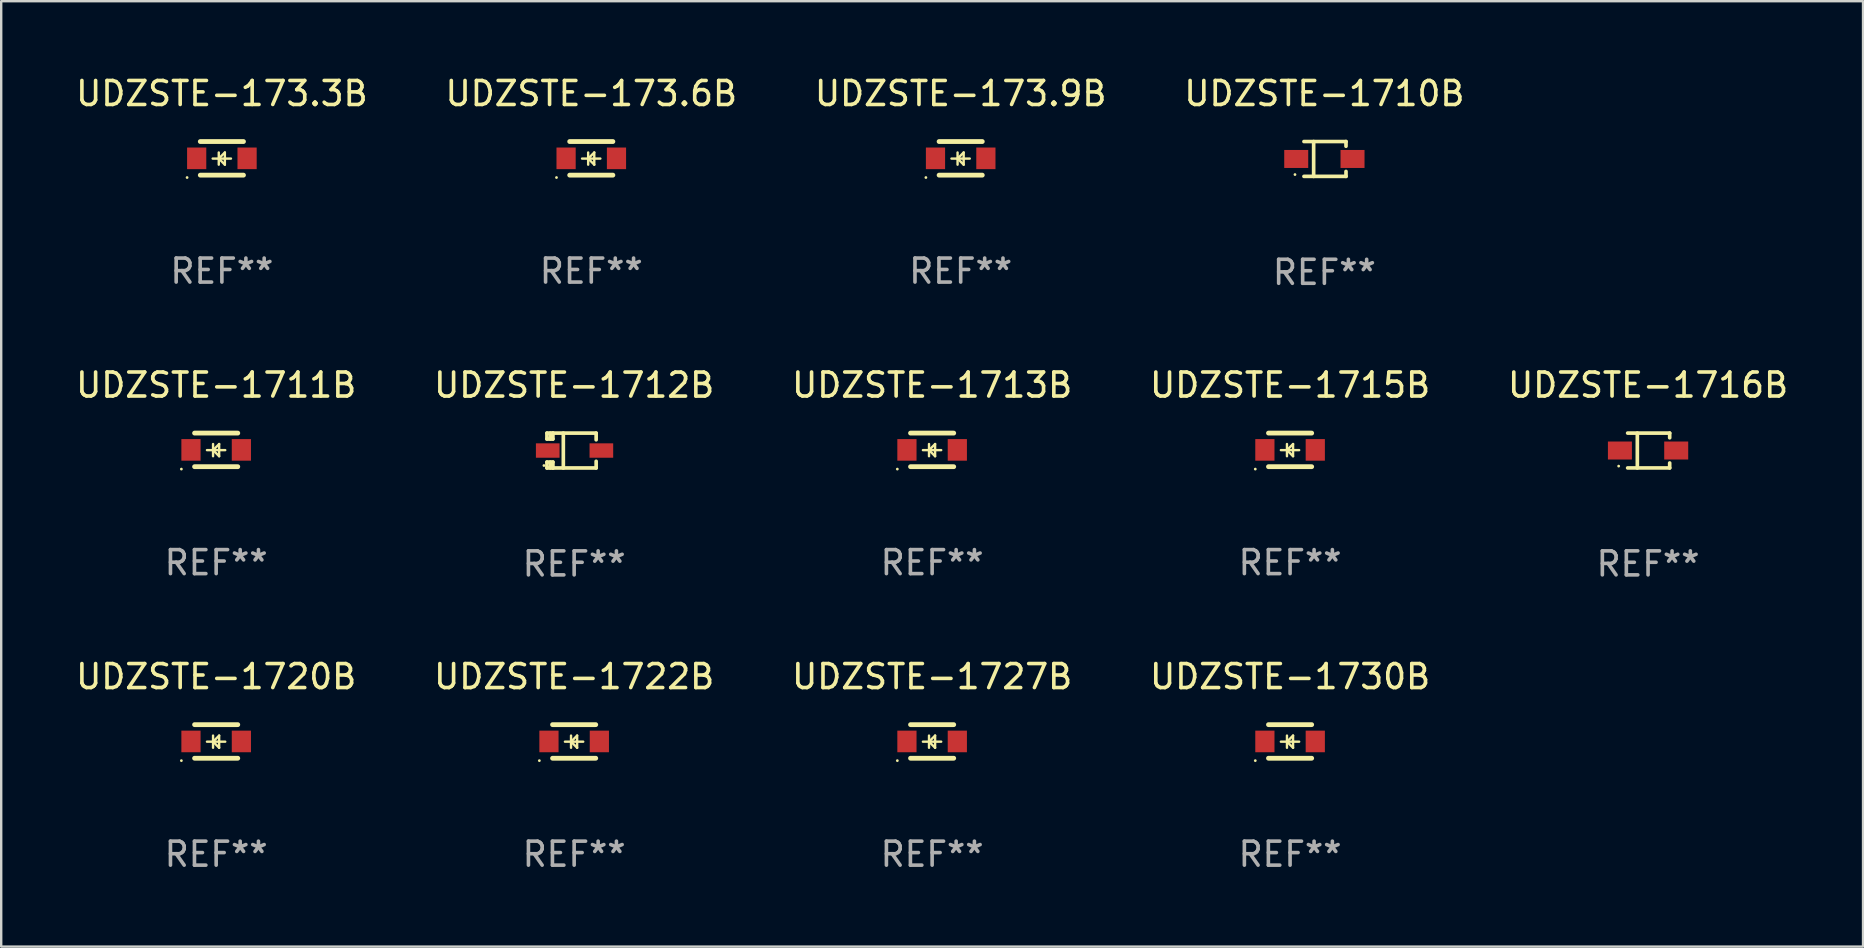
<source format=kicad_pcb>
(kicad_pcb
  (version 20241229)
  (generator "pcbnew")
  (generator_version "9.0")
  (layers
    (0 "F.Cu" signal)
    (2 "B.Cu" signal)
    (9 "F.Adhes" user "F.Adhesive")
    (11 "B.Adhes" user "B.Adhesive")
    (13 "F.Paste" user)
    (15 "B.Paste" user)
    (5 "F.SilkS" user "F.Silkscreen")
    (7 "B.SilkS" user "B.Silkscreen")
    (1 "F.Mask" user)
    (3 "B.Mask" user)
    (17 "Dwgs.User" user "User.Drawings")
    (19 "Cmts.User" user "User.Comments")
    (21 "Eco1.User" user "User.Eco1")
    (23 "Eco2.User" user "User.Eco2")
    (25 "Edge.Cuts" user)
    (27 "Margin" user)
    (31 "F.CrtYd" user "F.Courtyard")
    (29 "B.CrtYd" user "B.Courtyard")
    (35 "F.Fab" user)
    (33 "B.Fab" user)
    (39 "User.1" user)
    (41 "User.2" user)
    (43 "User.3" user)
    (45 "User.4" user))
  (footprint "UDZSTE-1711B"
    (layer "F.Cu")
    (at 5.958 15.697)
    (property "Reference" "UDZSTE-1711B" (at 0 -2.7 0) (layer "F.SilkS") (effects (font (size 1 1) (thickness 0.15))))
    (attr through_hole)
    (fp_line (start -0.9 -0.7) (end 0.9 -0.7) (stroke (width 0.2) (type solid)) (layer "F.SilkS"))
    (fp_line (start -0.9 0.7) (end 0.9 0.7) (stroke (width 0.2) (type solid)) (layer "F.SilkS"))
    (fp_line (start -0.13 0.01) (end 0.124 0.264) (stroke (width 0.1) (type solid)) (layer "F.SilkS"))
    (fp_line (start -0.13 0.264) (end -0.13 -0.244) (stroke (width 0.1) (type solid)) (layer "F.SilkS"))
    (fp_line (start 0.124 -0.244) (end -0.13 0.01) (stroke (width 0.1) (type solid)) (layer "F.SilkS"))
    (fp_line (start 0.124 0.264) (end 0.124 -0.244) (stroke (width 0.1) (type solid)) (layer "F.SilkS"))
    (fp_line (start 0.378 0.01) (end -0.384 0.01) (stroke (width 0.1) (type solid)) (layer "F.SilkS"))
    (fp_circle (center -1.45 0.8) (end -1.42 0.8) (stroke (width 0.06) (type solid)) (fill no) (layer "F.SilkS"))
    (fp_text user "REF**" (at 0 4.7 0) (layer "F.Fab") (effects (font (size 1 1) (thickness 0.15))))
    (pad "1" smd rect (at -1.05 0 270) (size 0.9 0.8) (layers "F.Cu" "F.Mask" "F.Paste"))
    (pad "2" smd rect (at 1.05 0 270) (size 0.9 0.8) (layers "F.Cu" "F.Mask" "F.Paste")))
  (footprint "UDZSTE-173.9B"
    (layer "F.Cu")
    (at 36.982 3.548)
    (property "Reference" "UDZSTE-173.9B" (at 0 -2.7 0) (layer "F.SilkS") (effects (font (size 1 1) (thickness 0.15))))
    (attr through_hole)
    (fp_line (start -0.9 -0.7) (end 0.9 -0.7) (stroke (width 0.2) (type solid)) (layer "F.SilkS"))
    (fp_line (start -0.9 0.7) (end 0.9 0.7) (stroke (width 0.2) (type solid)) (layer "F.SilkS"))
    (fp_line (start -0.13 0.01) (end 0.124 0.264) (stroke (width 0.1) (type solid)) (layer "F.SilkS"))
    (fp_line (start -0.13 0.264) (end -0.13 -0.244) (stroke (width 0.1) (type solid)) (layer "F.SilkS"))
    (fp_line (start 0.124 -0.244) (end -0.13 0.01) (stroke (width 0.1) (type solid)) (layer "F.SilkS"))
    (fp_line (start 0.124 0.264) (end 0.124 -0.244) (stroke (width 0.1) (type solid)) (layer "F.SilkS"))
    (fp_line (start 0.378 0.01) (end -0.384 0.01) (stroke (width 0.1) (type solid)) (layer "F.SilkS"))
    (fp_circle (center -1.45 0.8) (end -1.42 0.8) (stroke (width 0.06) (type solid)) (fill no) (layer "F.SilkS"))
    (fp_text user "REF**" (at 0 4.7 0) (layer "F.Fab") (effects (font (size 1 1) (thickness 0.15))))
    (pad "1" smd rect (at -1.05 0 270) (size 0.9 0.8) (layers "F.Cu" "F.Mask" "F.Paste"))
    (pad "2" smd rect (at 1.05 0 270) (size 0.9 0.8) (layers "F.Cu" "F.Mask" "F.Paste")))
  (footprint "UDZSTE-173.6B"
    (layer "F.Cu")
    (at 21.589 3.548)
    (property "Reference" "UDZSTE-173.6B" (at 0 -2.7 0) (layer "F.SilkS") (effects (font (size 1 1) (thickness 0.15))))
    (attr through_hole)
    (fp_line (start -0.9 -0.7) (end 0.9 -0.7) (stroke (width 0.2) (type solid)) (layer "F.SilkS"))
    (fp_line (start -0.9 0.7) (end 0.9 0.7) (stroke (width 0.2) (type solid)) (layer "F.SilkS"))
    (fp_line (start -0.13 0.01) (end 0.124 0.264) (stroke (width 0.1) (type solid)) (layer "F.SilkS"))
    (fp_line (start -0.13 0.264) (end -0.13 -0.244) (stroke (width 0.1) (type solid)) (layer "F.SilkS"))
    (fp_line (start 0.124 -0.244) (end -0.13 0.01) (stroke (width 0.1) (type solid)) (layer "F.SilkS"))
    (fp_line (start 0.124 0.264) (end 0.124 -0.244) (stroke (width 0.1) (type solid)) (layer "F.SilkS"))
    (fp_line (start 0.378 0.01) (end -0.384 0.01) (stroke (width 0.1) (type solid)) (layer "F.SilkS"))
    (fp_circle (center -1.45 0.8) (end -1.42 0.8) (stroke (width 0.06) (type solid)) (fill no) (layer "F.SilkS"))
    (fp_text user "REF**" (at 0 4.7 0) (layer "F.Fab") (effects (font (size 1 1) (thickness 0.15))))
    (pad "1" smd rect (at -1.05 0 270) (size 0.9 0.8) (layers "F.Cu" "F.Mask" "F.Paste"))
    (pad "2" smd rect (at 1.05 0 270) (size 0.9 0.8) (layers "F.Cu" "F.Mask" "F.Paste")))
  (footprint "UDZSTE-173.3B"
    (layer "F.Cu")
    (at 6.196 3.548)
    (property "Reference" "UDZSTE-173.3B" (at 0 -2.7 0) (layer "F.SilkS") (effects (font (size 1 1) (thickness 0.15))))
    (attr through_hole)
    (fp_line (start -0.9 -0.7) (end 0.9 -0.7) (stroke (width 0.2) (type solid)) (layer "F.SilkS"))
    (fp_line (start -0.9 0.7) (end 0.9 0.7) (stroke (width 0.2) (type solid)) (layer "F.SilkS"))
    (fp_line (start -0.13 0.01) (end 0.124 0.264) (stroke (width 0.1) (type solid)) (layer "F.SilkS"))
    (fp_line (start -0.13 0.264) (end -0.13 -0.244) (stroke (width 0.1) (type solid)) (layer "F.SilkS"))
    (fp_line (start 0.124 -0.244) (end -0.13 0.01) (stroke (width 0.1) (type solid)) (layer "F.SilkS"))
    (fp_line (start 0.124 0.264) (end 0.124 -0.244) (stroke (width 0.1) (type solid)) (layer "F.SilkS"))
    (fp_line (start 0.378 0.01) (end -0.384 0.01) (stroke (width 0.1) (type solid)) (layer "F.SilkS"))
    (fp_circle (center -1.45 0.8) (end -1.42 0.8) (stroke (width 0.06) (type solid)) (fill no) (layer "F.SilkS"))
    (fp_text user "REF**" (at 0 4.7 0) (layer "F.Fab") (effects (font (size 1 1) (thickness 0.15))))
    (pad "1" smd rect (at -1.05 0 270) (size 0.9 0.8) (layers "F.Cu" "F.Mask" "F.Paste"))
    (pad "2" smd rect (at 1.05 0 270) (size 0.9 0.8) (layers "F.Cu" "F.Mask" "F.Paste")))
  (footprint "UDZSTE-1722B"
    (layer "F.Cu")
    (at 20.875 27.846)
    (property "Reference" "UDZSTE-1722B" (at 0 -2.7 0) (layer "F.SilkS") (effects (font (size 1 1) (thickness 0.15))))
    (attr through_hole)
    (fp_line (start -0.9 -0.7) (end 0.9 -0.7) (stroke (width 0.2) (type solid)) (layer "F.SilkS"))
    (fp_line (start -0.9 0.7) (end 0.9 0.7) (stroke (width 0.2) (type solid)) (layer "F.SilkS"))
    (fp_line (start -0.13 0.01) (end 0.124 0.264) (stroke (width 0.1) (type solid)) (layer "F.SilkS"))
    (fp_line (start -0.13 0.264) (end -0.13 -0.244) (stroke (width 0.1) (type solid)) (layer "F.SilkS"))
    (fp_line (start 0.124 -0.244) (end -0.13 0.01) (stroke (width 0.1) (type solid)) (layer "F.SilkS"))
    (fp_line (start 0.124 0.264) (end 0.124 -0.244) (stroke (width 0.1) (type solid)) (layer "F.SilkS"))
    (fp_line (start 0.378 0.01) (end -0.384 0.01) (stroke (width 0.1) (type solid)) (layer "F.SilkS"))
    (fp_circle (center -1.45 0.8) (end -1.42 0.8) (stroke (width 0.06) (type solid)) (fill no) (layer "F.SilkS"))
    (fp_text user "REF**" (at 0 4.7 0) (layer "F.Fab") (effects (font (size 1 1) (thickness 0.15))))
    (pad "1" smd rect (at -1.05 0 270) (size 0.9 0.8) (layers "F.Cu" "F.Mask" "F.Paste"))
    (pad "2" smd rect (at 1.05 0 270) (size 0.9 0.8) (layers "F.Cu" "F.Mask" "F.Paste")))
  (footprint "UDZSTE-1720B"
    (layer "F.Cu")
    (at 5.958 27.846)
    (property "Reference" "UDZSTE-1720B" (at 0 -2.7 0) (layer "F.SilkS") (effects (font (size 1 1) (thickness 0.15))))
    (attr through_hole)
    (fp_line (start -0.9 -0.7) (end 0.9 -0.7) (stroke (width 0.2) (type solid)) (layer "F.SilkS"))
    (fp_line (start -0.9 0.7) (end 0.9 0.7) (stroke (width 0.2) (type solid)) (layer "F.SilkS"))
    (fp_line (start -0.13 0.01) (end 0.124 0.264) (stroke (width 0.1) (type solid)) (layer "F.SilkS"))
    (fp_line (start -0.13 0.264) (end -0.13 -0.244) (stroke (width 0.1) (type solid)) (layer "F.SilkS"))
    (fp_line (start 0.124 -0.244) (end -0.13 0.01) (stroke (width 0.1) (type solid)) (layer "F.SilkS"))
    (fp_line (start 0.124 0.264) (end 0.124 -0.244) (stroke (width 0.1) (type solid)) (layer "F.SilkS"))
    (fp_line (start 0.378 0.01) (end -0.384 0.01) (stroke (width 0.1) (type solid)) (layer "F.SilkS"))
    (fp_circle (center -1.45 0.8) (end -1.42 0.8) (stroke (width 0.06) (type solid)) (fill no) (layer "F.SilkS"))
    (fp_text user "REF**" (at 0 4.7 0) (layer "F.Fab") (effects (font (size 1 1) (thickness 0.15))))
    (pad "1" smd rect (at -1.05 0 270) (size 0.9 0.8) (layers "F.Cu" "F.Mask" "F.Paste"))
    (pad "2" smd rect (at 1.05 0 270) (size 0.9 0.8) (layers "F.Cu" "F.Mask" "F.Paste")))
  (footprint "UDZSTE-1712B"
    (layer "F.Cu")
    (at 20.875 15.724)
    (property "Reference" "UDZSTE-1712B" (at 0 -2.726 0) (layer "F.SilkS") (effects (font (size 1 1) (thickness 0.15))))
    (attr through_hole)
    (fp_line (start -1.134 0.48) (end -1.134 0.726) (stroke (width 0.152) (type solid)) (layer "F.SilkS"))
    (fp_line (start -1.134 0.726) (end -0.885 0.726) (stroke (width 0.152) (type solid)) (layer "F.SilkS"))
    (fp_line (start -1.134 -0.726) (end -1.134 -0.48) (stroke (width 0.152) (type solid)) (layer "F.SilkS"))
    (fp_line (start -0.992 -0.726) (end -0.992 -0.48) (stroke (width 0.152) (type solid)) (layer "F.SilkS"))
    (fp_line (start -0.992 0.48) (end -0.992 0.726) (stroke (width 0.152) (type solid)) (layer "F.SilkS"))
    (fp_line (start -0.885 -0.726) (end -1.134 -0.726) (stroke (width 0.152) (type solid)) (layer "F.SilkS"))
    (fp_line (start -0.885 -0.48) (end -1.134 -0.48) (stroke (width 0.152) (type solid)) (layer "F.SilkS"))
    (fp_line (start -0.885 -0.48) (end -0.885 -0.726) (stroke (width 0.152) (type solid)) (layer "F.SilkS"))
    (fp_line (start -0.885 0.48) (end -1.134 0.48) (stroke (width 0.152) (type solid)) (layer "F.SilkS"))
    (fp_line (start -0.885 0.48) (end -0.885 0.726) (stroke (width 0.152) (type solid)) (layer "F.SilkS"))
    (fp_line (start -0.451 0.726) (end -0.451 -0.726) (stroke (width 0.152) (type solid)) (layer "F.SilkS"))
    (fp_line (start 0.917 -0.726) (end -0.885 -0.726) (stroke (width 0.152) (type solid)) (layer "F.SilkS"))
    (fp_line (start 0.917 -0.726) (end 0.917 -0.448) (stroke (width 0.152) (type solid)) (layer "F.SilkS"))
    (fp_line (start 0.917 0.726) (end -0.885 0.726) (stroke (width 0.152) (type solid)) (layer "F.SilkS"))
    (fp_line (start 0.917 0.726) (end 0.917 0.448) (stroke (width 0.152) (type solid)) (layer "F.SilkS"))
    (fp_circle (center -1.259 0.625) (end -1.229 0.625) (stroke (width 0.06) (type solid)) (fill no) (layer "F.SilkS"))
    (fp_text user "REF**" (at 0 4.726 0) (layer "F.Fab") (effects (font (size 1 1) (thickness 0.15))))
    (pad "1" smd rect (at -1.101 -0.000114) (size 0.985 0.6) (layers "F.Cu" "F.Mask" "F.Paste"))
    (pad "2" smd rect (at 1.134 -0.000114) (size 0.985 0.6) (layers "F.Cu" "F.Mask" "F.Paste")))
  (footprint "UDZSTE-1730B"
    (layer "F.Cu")
    (at 50.708 27.846)
    (property "Reference" "UDZSTE-1730B" (at 0 -2.7 0) (layer "F.SilkS") (effects (font (size 1 1) (thickness 0.15))))
    (attr through_hole)
    (fp_line (start -0.9 -0.7) (end 0.9 -0.7) (stroke (width 0.2) (type solid)) (layer "F.SilkS"))
    (fp_line (start -0.9 0.7) (end 0.9 0.7) (stroke (width 0.2) (type solid)) (layer "F.SilkS"))
    (fp_line (start -0.13 0.01) (end 0.124 0.264) (stroke (width 0.1) (type solid)) (layer "F.SilkS"))
    (fp_line (start -0.13 0.264) (end -0.13 -0.244) (stroke (width 0.1) (type solid)) (layer "F.SilkS"))
    (fp_line (start 0.124 -0.244) (end -0.13 0.01) (stroke (width 0.1) (type solid)) (layer "F.SilkS"))
    (fp_line (start 0.124 0.264) (end 0.124 -0.244) (stroke (width 0.1) (type solid)) (layer "F.SilkS"))
    (fp_line (start 0.378 0.01) (end -0.384 0.01) (stroke (width 0.1) (type solid)) (layer "F.SilkS"))
    (fp_circle (center -1.45 0.8) (end -1.42 0.8) (stroke (width 0.06) (type solid)) (fill no) (layer "F.SilkS"))
    (fp_text user "REF**" (at 0 4.7 0) (layer "F.Fab") (effects (font (size 1 1) (thickness 0.15))))
    (pad "1" smd rect (at -1.05 0 270) (size 0.9 0.8) (layers "F.Cu" "F.Mask" "F.Paste"))
    (pad "2" smd rect (at 1.05 0 270) (size 0.9 0.8) (layers "F.Cu" "F.Mask" "F.Paste")))
  (footprint "UDZSTE-1715B"
    (layer "F.Cu")
    (at 50.708 15.697)
    (property "Reference" "UDZSTE-1715B" (at 0 -2.7 0) (layer "F.SilkS") (effects (font (size 1 1) (thickness 0.15))))
    (attr through_hole)
    (fp_line (start -0.9 -0.7) (end 0.9 -0.7) (stroke (width 0.2) (type solid)) (layer "F.SilkS"))
    (fp_line (start -0.9 0.7) (end 0.9 0.7) (stroke (width 0.2) (type solid)) (layer "F.SilkS"))
    (fp_line (start -0.13 0.01) (end 0.124 0.264) (stroke (width 0.1) (type solid)) (layer "F.SilkS"))
    (fp_line (start -0.13 0.264) (end -0.13 -0.244) (stroke (width 0.1) (type solid)) (layer "F.SilkS"))
    (fp_line (start 0.124 -0.244) (end -0.13 0.01) (stroke (width 0.1) (type solid)) (layer "F.SilkS"))
    (fp_line (start 0.124 0.264) (end 0.124 -0.244) (stroke (width 0.1) (type solid)) (layer "F.SilkS"))
    (fp_line (start 0.378 0.01) (end -0.384 0.01) (stroke (width 0.1) (type solid)) (layer "F.SilkS"))
    (fp_circle (center -1.45 0.8) (end -1.42 0.8) (stroke (width 0.06) (type solid)) (fill no) (layer "F.SilkS"))
    (fp_text user "REF**" (at 0 4.7 0) (layer "F.Fab") (effects (font (size 1 1) (thickness 0.15))))
    (pad "1" smd rect (at -1.05 0 270) (size 0.9 0.8) (layers "F.Cu" "F.Mask" "F.Paste"))
    (pad "2" smd rect (at 1.05 0 270) (size 0.9 0.8) (layers "F.Cu" "F.Mask" "F.Paste")))
  (footprint "UDZSTE-1727B"
    (layer "F.Cu")
    (at 35.792 27.846)
    (property "Reference" "UDZSTE-1727B" (at 0 -2.7 0) (layer "F.SilkS") (effects (font (size 1 1) (thickness 0.15))))
    (attr through_hole)
    (fp_line (start -0.9 -0.7) (end 0.9 -0.7) (stroke (width 0.2) (type solid)) (layer "F.SilkS"))
    (fp_line (start -0.9 0.7) (end 0.9 0.7) (stroke (width 0.2) (type solid)) (layer "F.SilkS"))
    (fp_line (start -0.13 0.01) (end 0.124 0.264) (stroke (width 0.1) (type solid)) (layer "F.SilkS"))
    (fp_line (start -0.13 0.264) (end -0.13 -0.244) (stroke (width 0.1) (type solid)) (layer "F.SilkS"))
    (fp_line (start 0.124 -0.244) (end -0.13 0.01) (stroke (width 0.1) (type solid)) (layer "F.SilkS"))
    (fp_line (start 0.124 0.264) (end 0.124 -0.244) (stroke (width 0.1) (type solid)) (layer "F.SilkS"))
    (fp_line (start 0.378 0.01) (end -0.384 0.01) (stroke (width 0.1) (type solid)) (layer "F.SilkS"))
    (fp_circle (center -1.45 0.8) (end -1.42 0.8) (stroke (width 0.06) (type solid)) (fill no) (layer "F.SilkS"))
    (fp_text user "REF**" (at 0 4.7 0) (layer "F.Fab") (effects (font (size 1 1) (thickness 0.15))))
    (pad "1" smd rect (at -1.05 0 270) (size 0.9 0.8) (layers "F.Cu" "F.Mask" "F.Paste"))
    (pad "2" smd rect (at 1.05 0 270) (size 0.9 0.8) (layers "F.Cu" "F.Mask" "F.Paste")))
  (footprint "UDZSTE-1716B"
    (layer "F.Cu")
    (at 65.625 15.723)
    (property "Reference" "UDZSTE-1716B" (at 0 -2.726 0) (layer "F.SilkS") (effects (font (size 1 1) (thickness 0.15))))
    (attr through_hole)
    (fp_line (start -0.851 -0.726) (end 0.901 -0.726) (stroke (width 0.152) (type solid)) (layer "F.SilkS"))
    (fp_line (start -0.851 0.726) (end 0.901 0.726) (stroke (width 0.152) (type solid)) (layer "F.SilkS"))
    (fp_line (start -0.447 -0.726) (end -0.447 0.726) (stroke (width 0.152) (type solid)) (layer "F.SilkS"))
    (fp_line (start 0.901 -0.726) (end 0.901 -0.53) (stroke (width 0.152) (type solid)) (layer "F.SilkS"))
    (fp_line (start 0.901 0.726) (end 0.901 0.52) (stroke (width 0.152) (type solid)) (layer "F.SilkS"))
    (fp_circle (center -1.225 0.65) (end -1.195 0.65) (stroke (width 0.06) (type solid)) (fill no) (layer "F.SilkS"))
    (fp_text user "REF**" (at 0 4.726 0) (layer "F.Fab") (effects (font (size 1 1) (thickness 0.15))))
    (pad "1" smd rect (at -1.173 0) (size 1 0.75) (layers "F.Cu" "F.Mask" "F.Paste"))
    (pad "2" smd rect (at 1.173 0) (size 1 0.75) (layers "F.Cu" "F.Mask" "F.Paste")))
  (footprint "UDZSTE-1713B"
    (layer "F.Cu")
    (at 35.792 15.697)
    (property "Reference" "UDZSTE-1713B" (at 0 -2.7 0) (layer "F.SilkS") (effects (font (size 1 1) (thickness 0.15))))
    (attr through_hole)
    (fp_line (start -0.9 -0.7) (end 0.9 -0.7) (stroke (width 0.2) (type solid)) (layer "F.SilkS"))
    (fp_line (start -0.9 0.7) (end 0.9 0.7) (stroke (width 0.2) (type solid)) (layer "F.SilkS"))
    (fp_line (start -0.13 0.01) (end 0.124 0.264) (stroke (width 0.1) (type solid)) (layer "F.SilkS"))
    (fp_line (start -0.13 0.264) (end -0.13 -0.244) (stroke (width 0.1) (type solid)) (layer "F.SilkS"))
    (fp_line (start 0.124 -0.244) (end -0.13 0.01) (stroke (width 0.1) (type solid)) (layer "F.SilkS"))
    (fp_line (start 0.124 0.264) (end 0.124 -0.244) (stroke (width 0.1) (type solid)) (layer "F.SilkS"))
    (fp_line (start 0.378 0.01) (end -0.384 0.01) (stroke (width 0.1) (type solid)) (layer "F.SilkS"))
    (fp_circle (center -1.45 0.8) (end -1.42 0.8) (stroke (width 0.06) (type solid)) (fill no) (layer "F.SilkS"))
    (fp_text user "REF**" (at 0 4.7 0) (layer "F.Fab") (effects (font (size 1 1) (thickness 0.15))))
    (pad "1" smd rect (at -1.05 0 270) (size 0.9 0.8) (layers "F.Cu" "F.Mask" "F.Paste"))
    (pad "2" smd rect (at 1.05 0 270) (size 0.9 0.8) (layers "F.Cu" "F.Mask" "F.Paste")))
  (footprint "UDZSTE-1710B"
    (layer "F.Cu")
    (at 52.137 3.574)
    (property "Reference" "UDZSTE-1710B" (at 0 -2.726 0) (layer "F.SilkS") (effects (font (size 1 1) (thickness 0.15))))
    (attr through_hole)
    (fp_line (start -0.851 -0.726) (end 0.901 -0.726) (stroke (width 0.152) (type solid)) (layer "F.SilkS"))
    (fp_line (start -0.851 0.726) (end 0.901 0.726) (stroke (width 0.152) (type solid)) (layer "F.SilkS"))
    (fp_line (start -0.447 -0.726) (end -0.447 0.726) (stroke (width 0.152) (type solid)) (layer "F.SilkS"))
    (fp_line (start 0.901 -0.726) (end 0.901 -0.53) (stroke (width 0.152) (type solid)) (layer "F.SilkS"))
    (fp_line (start 0.901 0.726) (end 0.901 0.52) (stroke (width 0.152) (type solid)) (layer "F.SilkS"))
    (fp_circle (center -1.225 0.65) (end -1.195 0.65) (stroke (width 0.06) (type solid)) (fill no) (layer "F.SilkS"))
    (fp_text user "REF**" (at 0 4.726 0) (layer "F.Fab") (effects (font (size 1 1) (thickness 0.15))))
    (pad "1" smd rect (at -1.173 0) (size 1 0.75) (layers "F.Cu" "F.Mask" "F.Paste"))
    (pad "2" smd rect (at 1.173 0) (size 1 0.75) (layers "F.Cu" "F.Mask" "F.Paste")))
  (gr_rect
    (start -3 -3)
    (end 74.583 36.395)
    (stroke (width 0.1) (type default))
    (fill no)
    (layer "Edge.Cuts")))
</source>
